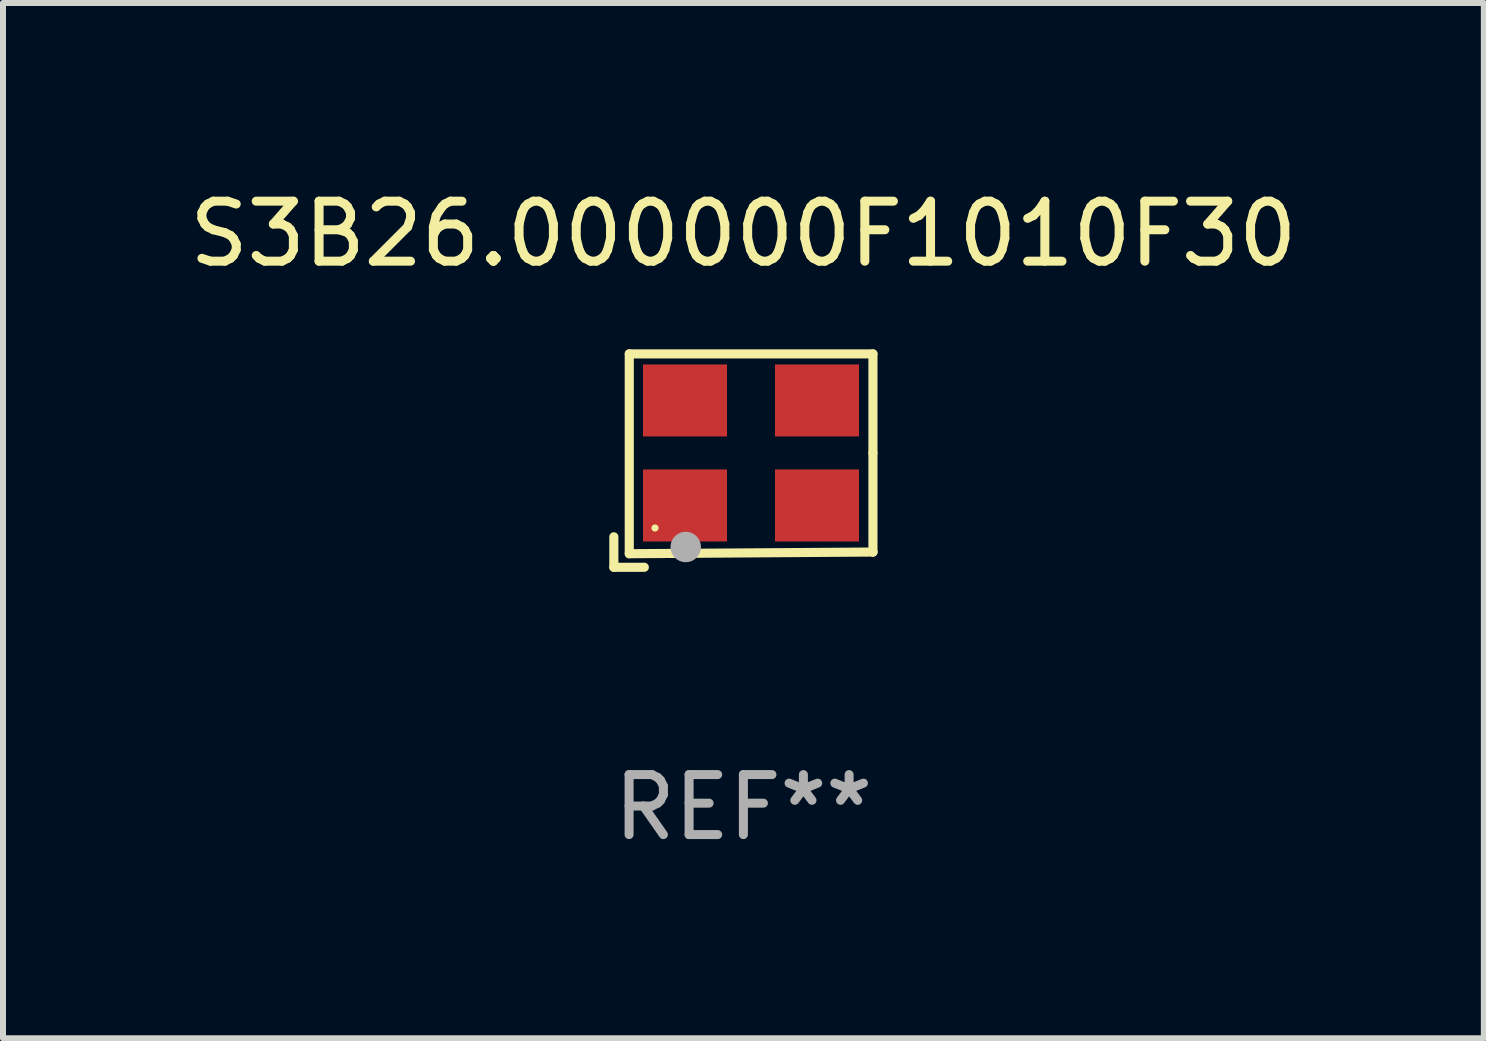
<source format=kicad_pcb>
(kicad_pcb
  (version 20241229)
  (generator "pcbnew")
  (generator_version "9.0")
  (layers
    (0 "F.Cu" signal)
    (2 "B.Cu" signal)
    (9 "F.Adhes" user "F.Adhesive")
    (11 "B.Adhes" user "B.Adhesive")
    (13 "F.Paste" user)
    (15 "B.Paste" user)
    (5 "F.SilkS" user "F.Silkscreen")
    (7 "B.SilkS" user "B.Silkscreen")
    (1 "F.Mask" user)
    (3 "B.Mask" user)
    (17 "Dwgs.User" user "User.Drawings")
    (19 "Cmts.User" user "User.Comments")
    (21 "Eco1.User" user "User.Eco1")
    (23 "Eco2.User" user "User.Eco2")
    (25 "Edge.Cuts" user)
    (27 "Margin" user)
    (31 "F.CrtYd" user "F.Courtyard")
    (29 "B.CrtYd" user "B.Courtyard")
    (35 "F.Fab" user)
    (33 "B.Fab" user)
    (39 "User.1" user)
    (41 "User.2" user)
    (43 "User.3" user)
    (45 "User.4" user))
  (footprint "S3B26.000000F1010F30"
    (layer "F.Cu")
    (at 9.339 4.626)
    (property "Reference" "S3B26.000000F1010F30" (at 0 -3.778 0) (layer "F.SilkS") (effects (font (size 1 1) (thickness 0.15))))
    (attr through_hole)
    (fp_line (start -2.159 1.27) (end -2.159 1.778) (stroke (width 0.152) (type solid)) (layer "F.SilkS"))
    (fp_line (start -2.159 1.778) (end -1.651 1.778) (stroke (width 0.152) (type solid)) (layer "F.SilkS"))
    (fp_line (start -1.902 -1.778) (end 2.159 -1.778) (stroke (width 0.152) (type solid)) (layer "F.SilkS"))
    (fp_line (start -1.902 1.552) (end -1.902 -1.778) (stroke (width 0.152) (type solid)) (layer "F.SilkS"))
    (fp_line (start 2.159 -1.778) (end 2.159 -0.127) (stroke (width 0.152) (type solid)) (layer "F.SilkS"))
    (fp_line (start 2.159 -0.127) (end 2.159 1.524) (stroke (width 0.152) (type solid)) (layer "F.SilkS"))
    (fp_line (start 2.159 1.524) (end -1.902 1.552) (stroke (width 0.152) (type solid)) (layer "F.SilkS"))
    (fp_line (start 2.159 1.524) (end 2.159 1.524) (stroke (width 0.152) (type solid)) (layer "F.SilkS"))
    (fp_circle (center -1.473 1.123) (end -1.443 1.123) (stroke (width 0.06) (type solid)) (fill no) (layer "F.SilkS"))
    (fp_circle (center -0.961 1.44) (end -0.834 1.44) (stroke (width 0.254) (type solid)) (fill no) (layer "F.Fab"))
    (fp_text user "REF**" (at 0 5.778 0) (layer "F.Fab") (effects (font (size 1 1) (thickness 0.15))))
    (pad "1" smd rect (at -0.973 0.748) (size 1.4 1.2) (layers "F.Cu" "F.Mask" "F.Paste"))
    (pad "2" smd rect (at 1.227 0.748) (size 1.4 1.2) (layers "F.Cu" "F.Mask" "F.Paste"))
    (pad "3" smd rect (at 1.227 -1.002) (size 1.4 1.2) (layers "F.Cu" "F.Mask" "F.Paste"))
    (pad "4" smd rect (at -0.973 -1.002) (size 1.4 1.2) (layers "F.Cu" "F.Mask" "F.Paste")))
  (gr_rect
    (start -3 -3)
    (end 21.679 14.253)
    (stroke (width 0.1) (type default))
    (fill no)
    (layer "Edge.Cuts")))
</source>
